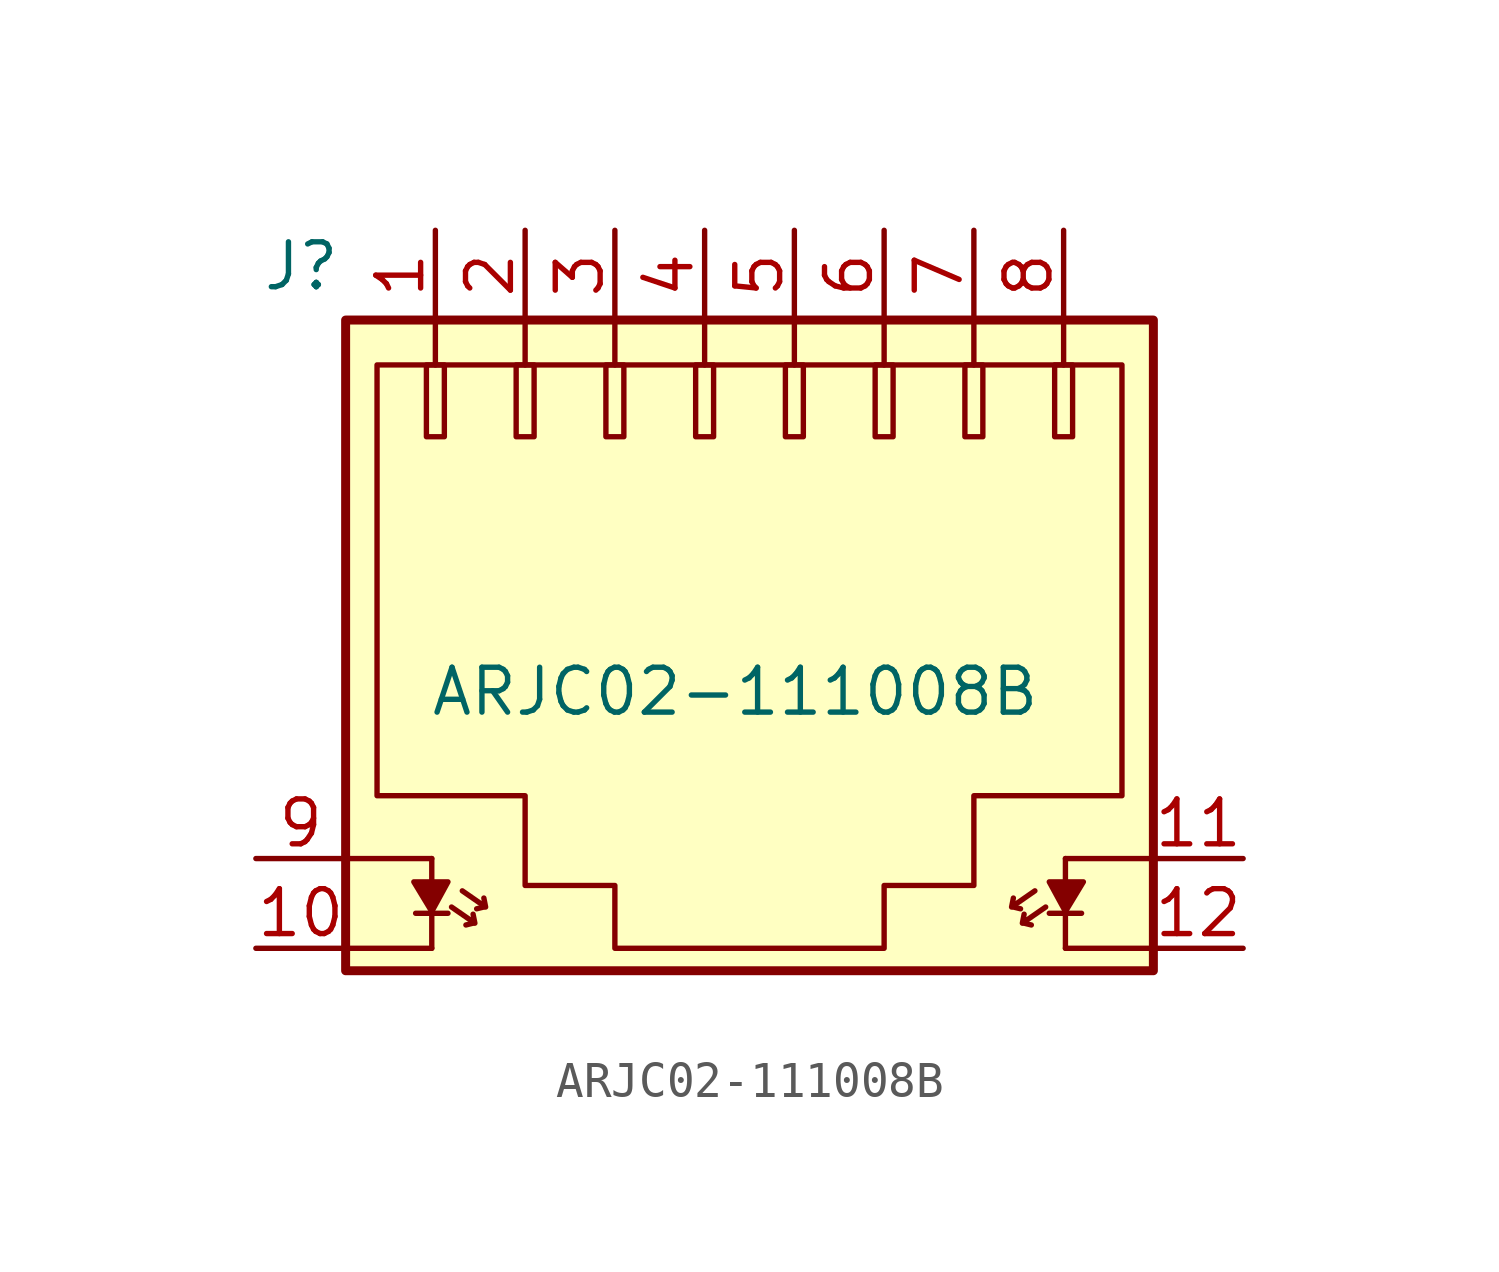
<source format=kicad_sym>
(kicad_symbol_lib
  (version 20231120)
  (generator "kicad_symbol_editor")
  (generator_version "8.0")
  (symbol "ARJC02-111008B"
    (pin_names
      (offset 0.025))
    (property "Reference" "J"
      (at -10.287 9.144 0)
      (effects (font (size 1.27 1.27)) (justify right)))
    (property "Value" "ARJC02-111008B"
      (at 0.864 -2.896 0)
      (effects (font (size 1.27 1.27))))
    (symbol "ARJC02-111008B_0_1"
      (rectangle (start -10.16 7.62) (end 12.7 -10.795) (stroke (width 0.254) (type solid)) (fill (type background)))
      (rectangle (start -7.874 6.35) (end -7.366 4.318) (stroke (width 0) (type solid)) (fill (type none)))
      (rectangle (start -5.334 6.35) (end -4.826 4.318) (stroke (width 0) (type solid)) (fill (type none)))
      (rectangle (start -2.794 6.35) (end -2.286 4.318) (stroke (width 0) (type solid)) (fill (type none)))
      (rectangle (start -0.254 6.35) (end 0.254 4.318) (stroke (width 0) (type solid)) (fill (type none)))
      (polyline (pts (xy -10.16 -10.16) (xy -7.722 -10.16)) (stroke (width 0) (type solid)) (fill (type none)))
      (polyline (pts (xy -10.16 -7.62) (xy -7.722 -7.62)) (stroke (width 0) (type solid)) (fill (type none)))
      (polyline (pts (xy -8.179 -9.169) (xy -7.264 -9.169)) (stroke (width 0) (type solid)) (fill (type none)))
      (polyline (pts (xy -7.722 -9.22) (xy -7.722 -10.16)) (stroke (width 0) (type solid)) (fill (type none)))
      (polyline (pts (xy -7.722 -8.28) (xy -7.722 -7.62)) (stroke (width 0) (type solid)) (fill (type none)))
      (polyline (pts (xy -7.62 7.62) (xy -7.62 6.35)) (stroke (width 0) (type solid)) (fill (type none)))
      (polyline (pts (xy -6.553 -9.449) (xy -6.756 -9.5)) (stroke (width 0) (type solid)) (fill (type none)))
      (polyline (pts (xy -6.248 -8.992) (xy -6.452 -9.042)) (stroke (width 0) (type solid)) (fill (type none)))
      (polyline (pts (xy -5.08 7.62) (xy -5.08 6.35)) (stroke (width 0) (type solid)) (fill (type none)))
      (polyline (pts (xy -2.54 7.62) (xy -2.54 6.35)) (stroke (width 0) (type solid)) (fill (type none)))
      (polyline (pts (xy 0 7.62) (xy 0 6.35)) (stroke (width 0) (type solid)) (fill (type none)))
      (polyline (pts (xy 2.54 7.62) (xy 2.54 6.35)) (stroke (width 0) (type solid)) (fill (type none)))
      (polyline (pts (xy 5.08 7.62) (xy 5.08 6.35)) (stroke (width 0) (type solid)) (fill (type none)))
      (polyline (pts (xy 7.62 7.62) (xy 7.62 6.35)) (stroke (width 0) (type solid)) (fill (type none)))
      (polyline (pts (xy 8.738 -8.992) (xy 8.941 -9.042)) (stroke (width 0) (type solid)) (fill (type none)))
      (polyline (pts (xy 9.042 -9.449) (xy 9.246 -9.5)) (stroke (width 0) (type solid)) (fill (type none)))
      (polyline (pts (xy 10.16 7.62) (xy 10.16 6.35)) (stroke (width 0) (type solid)) (fill (type none)))
      (polyline (pts (xy 10.211 -9.22) (xy 10.211 -10.16)) (stroke (width 0) (type solid)) (fill (type none)))
      (polyline (pts (xy 10.211 -8.28) (xy 10.211 -7.62)) (stroke (width 0) (type solid)) (fill (type none)))
      (polyline (pts (xy 10.668 -9.169) (xy 9.754 -9.169)) (stroke (width 0) (type solid)) (fill (type none)))
      (polyline (pts (xy 12.649 -10.16) (xy 10.211 -10.16)) (stroke (width 0) (type solid)) (fill (type none)))
      (polyline (pts (xy 12.649 -7.62) (xy 10.211 -7.62)) (stroke (width 0) (type solid)) (fill (type none)))
      (polyline (pts (xy -7.163 -8.992) (xy -6.502 -9.449) (xy -6.553 -9.195)) (stroke (width 0) (type solid)) (fill (type none)))
      (polyline (pts (xy -6.858 -8.534) (xy -6.198 -8.992) (xy -6.248 -8.738)) (stroke (width 0) (type solid)) (fill (type none)))
      (polyline (pts (xy 9.347 -8.534) (xy 8.687 -8.992) (xy 8.738 -8.738)) (stroke (width 0) (type solid)) (fill (type none)))
      (polyline (pts (xy 9.652 -8.992) (xy 8.992 -9.449) (xy 9.042 -9.195)) (stroke (width 0) (type solid)) (fill (type none)))
      (polyline (pts (xy -8.23 -8.28) (xy -7.264 -8.28) (xy -7.722 -9.119) (xy -8.23 -8.28)) (stroke (width 0) (type solid)) (fill (type outline)))
      (polyline (pts (xy 10.719 -8.28) (xy 9.754 -8.28) (xy 10.211 -9.119) (xy 10.719 -8.28)) (stroke (width 0) (type solid)) (fill (type outline)))
      (polyline (pts (xy -9.271 6.35) (xy 11.811 6.35) (xy 11.811 -5.842) (xy 7.62 -5.842) (xy 7.62 -8.382) (xy 5.08 -8.382) (xy 5.08 -10.16) (xy -2.54 -10.16) (xy -2.54 -8.382) (xy -5.08 -8.382) (xy -5.08 -5.842) (xy -9.271 -5.842) (xy -9.271 6.35)) (stroke (width 0) (type solid)) (fill (type none)))
      (rectangle (start 2.286 6.35) (end 2.794 4.318) (stroke (width 0) (type solid)) (fill (type none)))
      (rectangle (start 4.826 6.35) (end 5.334 4.318) (stroke (width 0) (type solid)) (fill (type none)))
      (rectangle (start 7.366 6.35) (end 7.874 4.318) (stroke (width 0) (type solid)) (fill (type none)))
      (rectangle (start 9.906 6.35) (end 10.414 4.318) (stroke (width 0) (type solid)) (fill (type none))))
    (symbol "ARJC02-111008B_1_1"
      (pin passive line (at -7.62 10.16 270) (length 2.54) (name "~" (effects (font (size 1.27 1.27)))) (number "1" (effects (font (size 1.27 1.27)))))
      (pin passive line (at -12.7 -10.16 0) (length 2.54) (name "~" (effects (font (size 1.27 1.27)))) (number "10" (effects (font (size 1.27 1.27)))))
      (pin passive line (at 15.24 -7.62 180) (length 2.54) (name "~" (effects (font (size 1.27 1.27)))) (number "11" (effects (font (size 1.27 1.27)))))
      (pin passive line (at 15.24 -10.16 180) (length 2.54) (name "~" (effects (font (size 1.27 1.27)))) (number "12" (effects (font (size 1.27 1.27)))))
      (pin passive line (at -5.08 10.16 270) (length 2.54) (name "~" (effects (font (size 1.27 1.27)))) (number "2" (effects (font (size 1.27 1.27)))))
      (pin passive line (at -2.54 10.16 270) (length 2.54) (name "~" (effects (font (size 1.27 1.27)))) (number "3" (effects (font (size 1.27 1.27)))))
      (pin passive line (at 0 10.16 270) (length 2.54) (name "~" (effects (font (size 1.27 1.27)))) (number "4" (effects (font (size 1.27 1.27)))))
      (pin passive line (at 2.54 10.16 270) (length 2.54) (name "~" (effects (font (size 1.27 1.27)))) (number "5" (effects (font (size 1.27 1.27)))))
      (pin passive line (at 5.08 10.16 270) (length 2.54) (name "~" (effects (font (size 1.27 1.27)))) (number "6" (effects (font (size 1.27 1.27)))))
      (pin passive line (at 7.62 10.16 270) (length 2.54) (name "~" (effects (font (size 1.27 1.27)))) (number "7" (effects (font (size 1.27 1.27)))))
      (pin passive line (at 10.16 10.16 270) (length 2.54) (name "~" (effects (font (size 1.27 1.27)))) (number "8" (effects (font (size 1.27 1.27)))))
      (pin passive line (at -12.7 -7.62 0) (length 2.54) (name "~" (effects (font (size 1.27 1.27)))) (number "9" (effects (font (size 1.27 1.27))))))))
</source>
